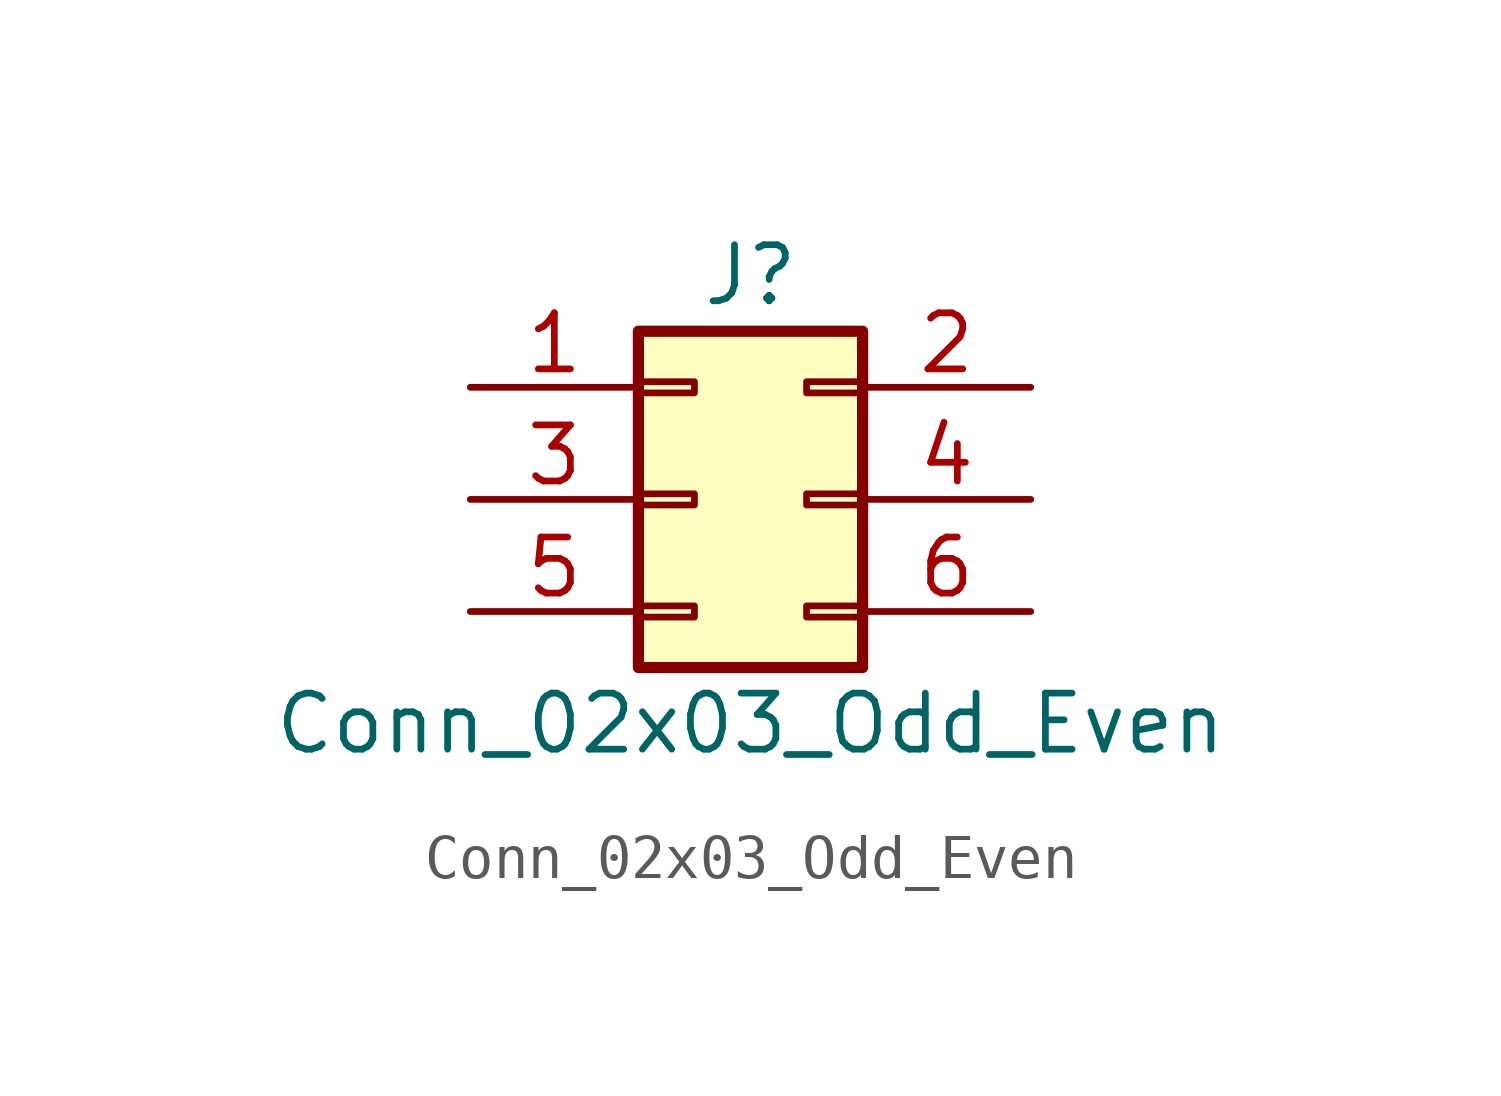
<source format=kicad_sym>
(kicad_symbol_lib
  (version 20211014)
  (generator kicad_symbol_editor)
  (symbol "Conn_02x03_Odd_Even"
    (pin_names
      (offset 1.016) hide)
    (property "Reference" "J"
      (at 1.27 5.08 0)
      (effects (font (size 1.27 1.27))))
    (property "Value" "Conn_02x03_Odd_Even"
      (at 1.27 -5.08 0)
      (effects (font (size 1.27 1.27))))
    (symbol "Conn_02x03_Odd_Even_1_1"
      (rectangle (start -1.27 -2.413) (end 0 -2.667) (stroke (width 0.152) (type default) (color 0 0 0 0)) (fill (type none)))
      (rectangle (start -1.27 0.127) (end 0 -0.127) (stroke (width 0.152) (type default) (color 0 0 0 0)) (fill (type none)))
      (rectangle (start -1.27 2.667) (end 0 2.413) (stroke (width 0.152) (type default) (color 0 0 0 0)) (fill (type none)))
      (rectangle (start -1.27 3.81) (end 3.81 -3.81) (stroke (width 0.254) (type default) (color 0 0 0 0)) (fill (type background)))
      (rectangle (start 3.81 -2.413) (end 2.54 -2.667) (stroke (width 0.152) (type default) (color 0 0 0 0)) (fill (type none)))
      (rectangle (start 3.81 0.127) (end 2.54 -0.127) (stroke (width 0.152) (type default) (color 0 0 0 0)) (fill (type none)))
      (rectangle (start 3.81 2.667) (end 2.54 2.413) (stroke (width 0.152) (type default) (color 0 0 0 0)) (fill (type none)))
      (pin passive line (at -5.08 2.54 0) (length 3.81) (name "Pin_1" (effects (font (size 1.27 1.27)))) (number "1" (effects (font (size 1.27 1.27)))))
      (pin passive line (at 7.62 2.54 180) (length 3.81) (name "Pin_2" (effects (font (size 1.27 1.27)))) (number "2" (effects (font (size 1.27 1.27)))))
      (pin passive line (at -5.08 0 0) (length 3.81) (name "Pin_3" (effects (font (size 1.27 1.27)))) (number "3" (effects (font (size 1.27 1.27)))))
      (pin passive line (at 7.62 0 180) (length 3.81) (name "Pin_4" (effects (font (size 1.27 1.27)))) (number "4" (effects (font (size 1.27 1.27)))))
      (pin passive line (at -5.08 -2.54 0) (length 3.81) (name "Pin_5" (effects (font (size 1.27 1.27)))) (number "5" (effects (font (size 1.27 1.27)))))
      (pin passive line (at 7.62 -2.54 180) (length 3.81) (name "Pin_6" (effects (font (size 1.27 1.27)))) (number "6" (effects (font (size 1.27 1.27))))))))
</source>
